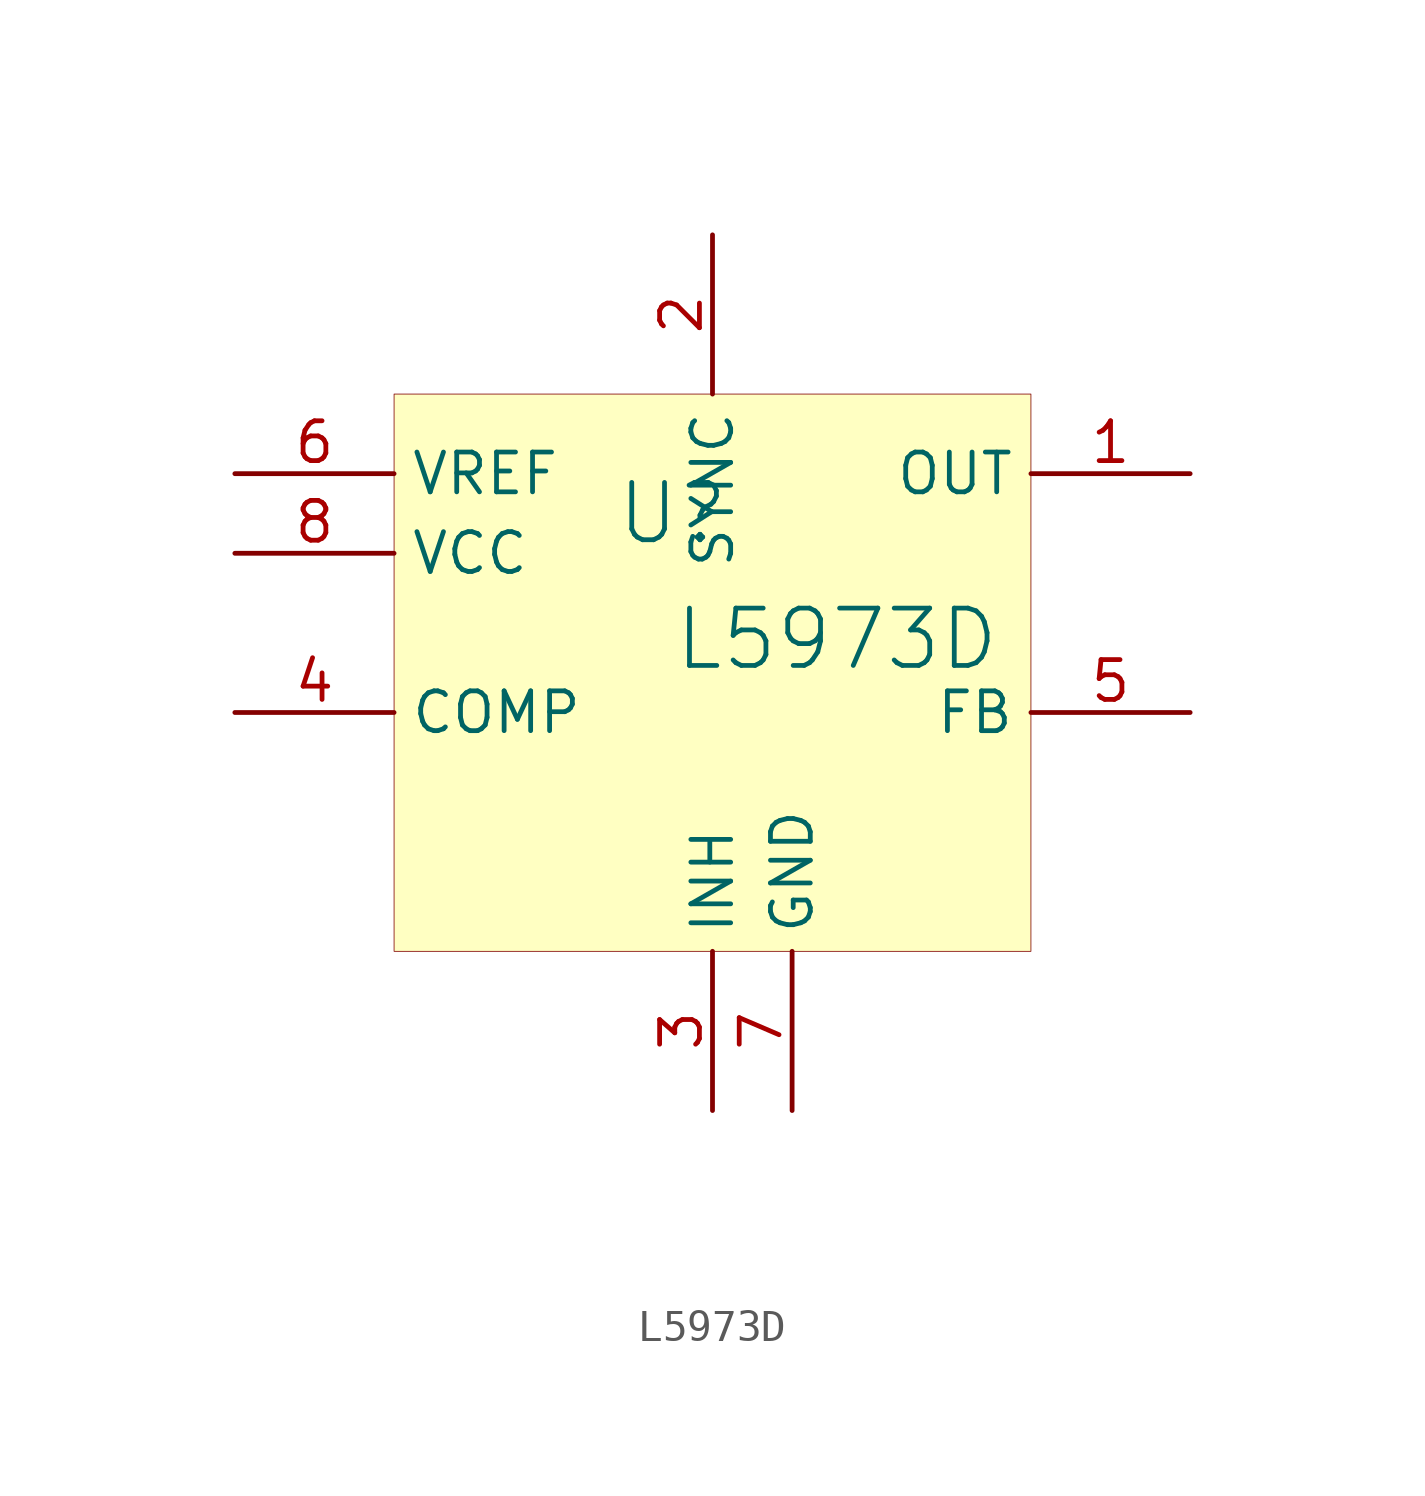
<source format=kicad_sym>
(kicad_symbol_lib
  (version 20241209)
  (generator "kicad_symbol_editor")
  (generator_version "9.0")
  (symbol "L5973D"
    (property "Reference" "U"
      (at -1.27 1.27 0)
      (effects (font (size 1.829 1.829))))
    (property "Value" "L5973D"
      (at -1.27 -3.81 0)
      (effects (font (size 1.829 1.829)) (justify left bottom)))
    (symbol "L5973D_1_0"
      (rectangle (start 10.16 5.08) (end -10.16 -12.7) (stroke (width 0.025) (type solid) (color 128 0 0 1)) (fill (type background)))
      (pin passive line (at -15.24 2.54 0) (length 5.08) (name "VREF" (effects (font (size 1.27 1.27)))) (number "6" (effects (font (size 1.27 1.27)))))
      (pin passive line (at -15.24 0 0) (length 5.08) (name "VCC" (effects (font (size 1.27 1.27)))) (number "8" (effects (font (size 1.27 1.27)))))
      (pin passive line (at -15.24 -5.08 0) (length 5.08) (name "COMP" (effects (font (size 1.27 1.27)))) (number "4" (effects (font (size 1.27 1.27)))))
      (pin passive line (at 0 10.16 270) (length 5.08) (name "SYNC" (effects (font (size 1.27 1.27)))) (number "2" (effects (font (size 1.27 1.27)))))
      (pin passive line (at 0 -17.78 90) (length 5.08) (name "INH" (effects (font (size 1.27 1.27)))) (number "3" (effects (font (size 1.27 1.27)))))
      (pin passive line (at 0 -20.32 90) (length 7.62) (hide yes) (name "TH_pad" (effects (font (size 1.27 1.27)))) (number "0" (effects (font (size 1.27 1.27)))))
      (pin passive line (at 2.54 -17.78 90) (length 5.08) (name "GND" (effects (font (size 1.27 1.27)))) (number "7" (effects (font (size 1.27 1.27)))))
      (pin passive line (at 15.24 2.54 180) (length 5.08) (name "OUT" (effects (font (size 1.27 1.27)))) (number "1" (effects (font (size 1.27 1.27)))))
      (pin passive line (at 15.24 -5.08 180) (length 5.08) (name "FB" (effects (font (size 1.27 1.27)))) (number "5" (effects (font (size 1.27 1.27))))))))
</source>
